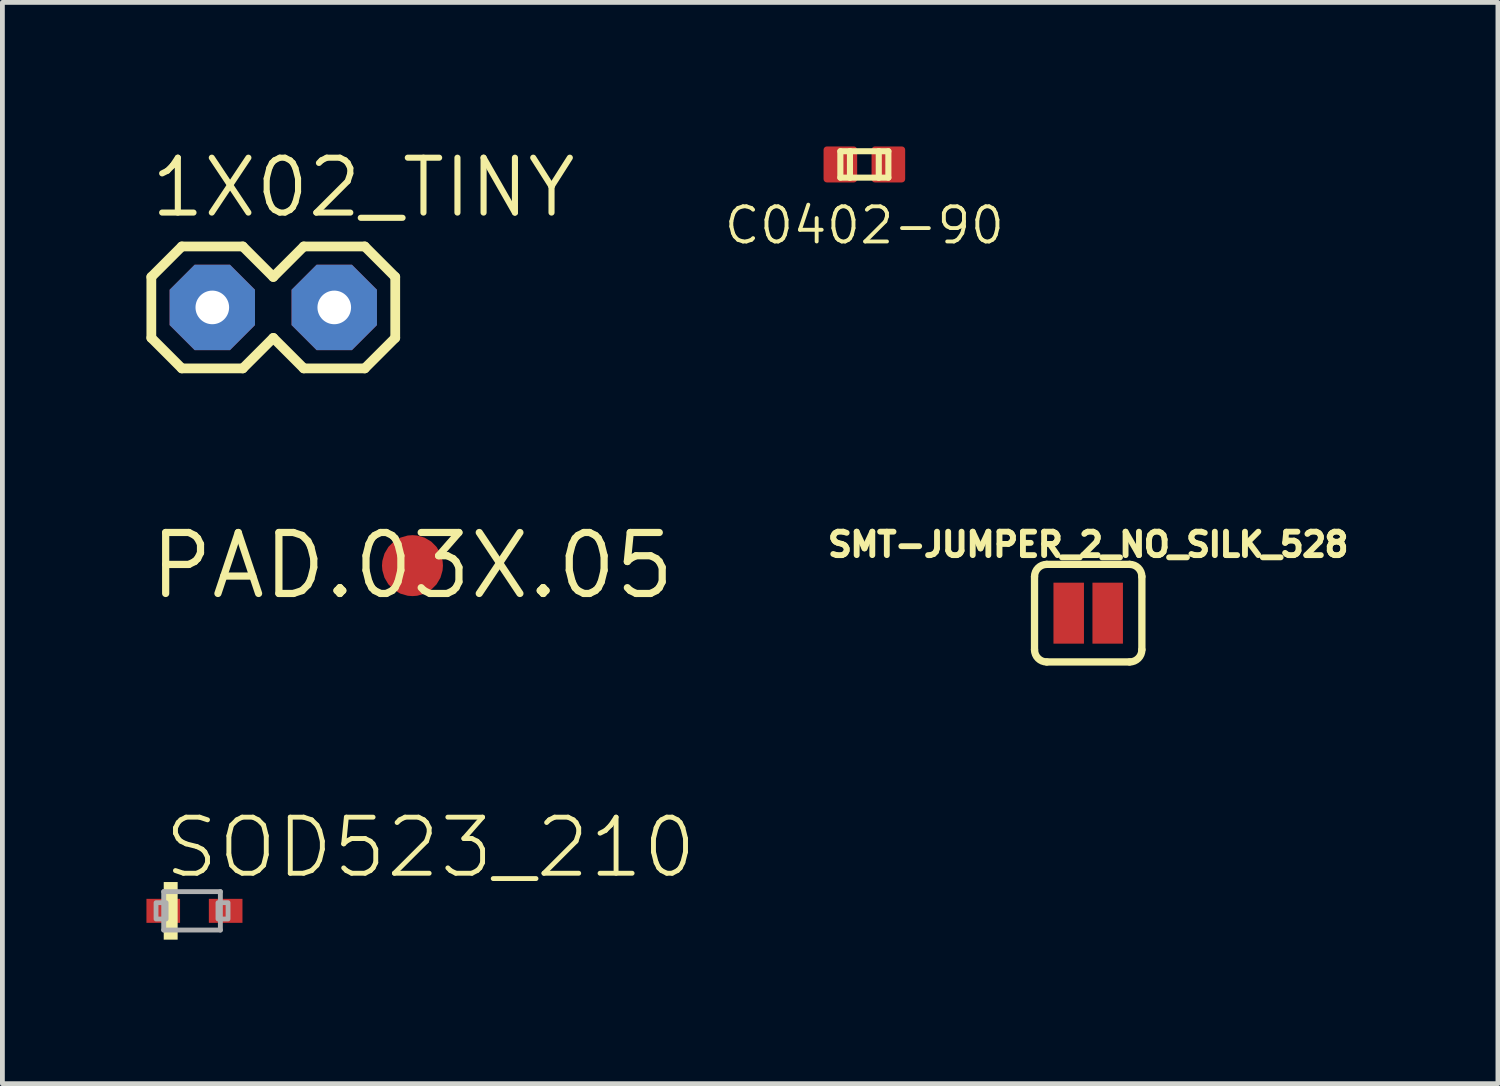
<source format=kicad_pcb>
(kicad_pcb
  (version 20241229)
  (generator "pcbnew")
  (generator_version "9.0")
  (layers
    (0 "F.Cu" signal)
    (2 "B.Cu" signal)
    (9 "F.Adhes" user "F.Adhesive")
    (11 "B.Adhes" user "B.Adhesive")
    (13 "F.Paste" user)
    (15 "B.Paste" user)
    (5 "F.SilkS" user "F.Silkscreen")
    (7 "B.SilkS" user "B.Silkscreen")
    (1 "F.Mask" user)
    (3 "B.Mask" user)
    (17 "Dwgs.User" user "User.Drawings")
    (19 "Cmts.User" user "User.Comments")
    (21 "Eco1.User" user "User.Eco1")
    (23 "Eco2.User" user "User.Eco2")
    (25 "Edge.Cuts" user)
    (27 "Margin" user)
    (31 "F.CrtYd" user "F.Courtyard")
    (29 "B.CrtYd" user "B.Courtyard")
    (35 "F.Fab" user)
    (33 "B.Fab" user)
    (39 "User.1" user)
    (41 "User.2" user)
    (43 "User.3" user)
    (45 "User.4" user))
  (footprint "SMT-JUMPER_2_NO_SILK_528"
    (layer "F.Cu")
    (at 19.615 9.721)
    (property "Reference" "SMT-JUMPER_2_NO_SILK_528" (at 0 -1.143 0) (unlocked yes) (layer "F.SilkS") (effects (font (size 0.488 0.488) (thickness 0.122)) (justify bottom)))
    (fp_line (start -1.118 0.762) (end -1.118 -0.762) (stroke (width 0.152) (type solid)) (layer "F.SilkS"))
    (fp_line (start -0.864 -1.016) (end 0.864 -1.016) (stroke (width 0.152) (type solid)) (layer "F.SilkS"))
    (fp_line (start 0.864 1.016) (end -0.864 1.016) (stroke (width 0.152) (type solid)) (layer "F.SilkS"))
    (fp_line (start 1.118 0.762) (end 1.118 -0.762) (stroke (width 0.152) (type solid)) (layer "F.SilkS"))
    (fp_arc (start -1.1176 -0.762) (mid -1.043205 -0.941605) (end -0.8636 -1.016) (stroke (width 0.1524) (type solid)) (layer "F.SilkS"))
    (fp_arc (start -0.8636 1.016) (mid -1.043205 0.941605) (end -1.1176 0.762) (stroke (width 0.1524) (type solid)) (layer "F.SilkS"))
    (fp_arc (start 0.8636 -1.016) (mid 1.043205 -0.941605) (end 1.1176 -0.762) (stroke (width 0.1524) (type solid)) (layer "F.SilkS"))
    (fp_arc (start 1.1176 0.762) (mid 1.043205 0.941605) (end 0.8636 1.016) (stroke (width 0.1524) (type solid)) (layer "F.SilkS"))
    (pad "1" smd rect (at -0.406 0) (size 0.635 1.27) (layers "F.Cu" "F.Mask"))
    (pad "2" smd rect (at 0.406 0) (size 0.635 1.27) (layers "F.Cu" "F.Mask")))
  (footprint "PAD.03X.05"
    (layer "F.Cu")
    (at 5.541 8.731)
    (property "Reference" "PAD.03X.05" (at 0 0 0) (layer "F.SilkS") (effects (font (size 1.27 1.27) (thickness 0.15))))
    (pad "P$1" smd roundrect (at 0 0) (size 1.27 1.27) (layers "F.Cu" "F.Mask") (roundrect_rratio 0.5)))
  (footprint "SOD523_210"
    (layer "F.Cu")
    (at 0.95 15.921)
    (property "Reference" "SOD523_210" (at -0.635 -0.635 0) (unlocked yes) (layer "F.SilkS") (effects (font (size 1.168 1.168) (thickness 0.102)) (justify left bottom)))
    (fp_poly (pts (xy -0.59 0.6) (xy -0.3 0.6) (xy -0.3 -0.6) (xy -0.59 -0.6)) (stroke (width 0) (type default)) (fill yes) (layer "F.SilkS"))
    (fp_line (start -0.59 -0.4) (end 0.59 -0.4) (stroke (width 0.102) (type solid)) (layer "F.Fab"))
    (fp_line (start -0.59 0.4) (end -0.59 -0.4) (stroke (width 0.102) (type solid)) (layer "F.Fab"))
    (fp_line (start 0.59 -0.4) (end 0.59 0.4) (stroke (width 0.102) (type solid)) (layer "F.Fab"))
    (fp_line (start 0.59 0.4) (end -0.59 0.4) (stroke (width 0.102) (type solid)) (layer "F.Fab"))
    (fp_poly (pts (xy -0.75 0.17) (xy -0.54 0.17) (xy -0.54 -0.17) (xy -0.75 -0.17)) (stroke (width 0.1) (type default)) (fill no) (layer "F.Fab"))
    (fp_poly (pts (xy 0.54 0.17) (xy 0.75 0.17) (xy 0.75 -0.17) (xy 0.54 -0.17)) (stroke (width 0.1) (type default)) (fill no) (layer "F.Fab"))
    (pad "A" smd rect (at 0.7 0) (size 0.7 0.5) (layers "F.Cu" "F.Mask" "F.Paste"))
    (pad "C" smd rect (at -0.6 0) (size 0.7 0.5) (layers "F.Cu" "F.Mask" "F.Paste")))
  (footprint "C0402-90"
    (layer "F.Cu")
    (at 14.953 0.375)
    (property "Reference" "C0402-90" (at 0 1.27 0) (unlocked yes) (layer "F.SilkS") (effects (font (size 0.732 0.732) (thickness 0.081))))
    (fp_line (start -0.5 -0.275) (end -0.3 -0.275) (stroke (width 0.127) (type solid)) (layer "F.SilkS"))
    (fp_line (start -0.5 0.275) (end -0.5 -0.275) (stroke (width 0.127) (type solid)) (layer "F.SilkS"))
    (fp_line (start -0.5 0.275) (end -0.3 0.275) (stroke (width 0.127) (type solid)) (layer "F.SilkS"))
    (fp_line (start -0.3 -0.275) (end 0.3 -0.275) (stroke (width 0.127) (type solid)) (layer "F.SilkS"))
    (fp_line (start -0.3 0.275) (end -0.3 -0.275) (stroke (width 0.127) (type solid)) (layer "F.SilkS"))
    (fp_line (start -0.3 0.275) (end 0.3 0.275) (stroke (width 0.127) (type solid)) (layer "F.SilkS"))
    (fp_line (start 0.3 -0.275) (end 0.5 -0.275) (stroke (width 0.127) (type solid)) (layer "F.SilkS"))
    (fp_line (start 0.3 0.275) (end 0.3 -0.275) (stroke (width 0.127) (type solid)) (layer "F.SilkS"))
    (fp_line (start 0.3 0.275) (end 0.5 0.275) (stroke (width 0.127) (type solid)) (layer "F.SilkS"))
    (fp_line (start 0.5 0.275) (end 0.5 -0.275) (stroke (width 0.127) (type solid)) (layer "F.SilkS"))
    (pad "1" smd roundrect (at -0.5 0 90) (size 0.75 0.7) (layers "F.Cu" "F.Mask" "F.Paste") (roundrect_rratio 0.1))
    (pad "2" smd roundrect (at 0.5 0 90) (size 0.75 0.7) (layers "F.Cu" "F.Mask" "F.Paste") (roundrect_rratio 0.1)))
  (footprint "1X02_TINY"
    (layer "F.Cu")
    (at 1.372 3.353)
    (property "Reference" "1X02_TINY" (at -1.346 -1.829 0) (unlocked yes) (layer "F.SilkS") (effects (font (size 1.143 1.143) (thickness 0.127)) (justify left bottom)))
    (fp_line (start -1.27 -0.635) (end -1.27 0.635) (stroke (width 0.203) (type solid)) (layer "F.SilkS"))
    (fp_line (start -1.27 0.635) (end -0.635 1.27) (stroke (width 0.203) (type solid)) (layer "F.SilkS"))
    (fp_line (start -0.635 -1.27) (end -1.27 -0.635) (stroke (width 0.203) (type solid)) (layer "F.SilkS"))
    (fp_line (start -0.635 -1.27) (end 0.635 -1.27) (stroke (width 0.203) (type solid)) (layer "F.SilkS"))
    (fp_line (start 0.635 -1.27) (end 1.27 -0.635) (stroke (width 0.203) (type solid)) (layer "F.SilkS"))
    (fp_line (start 0.635 1.27) (end -0.635 1.27) (stroke (width 0.203) (type solid)) (layer "F.SilkS"))
    (fp_line (start 1.27 -0.635) (end 1.905 -1.27) (stroke (width 0.203) (type solid)) (layer "F.SilkS"))
    (fp_line (start 1.27 0.635) (end 0.635 1.27) (stroke (width 0.203) (type solid)) (layer "F.SilkS"))
    (fp_line (start 1.905 -1.27) (end 3.175 -1.27) (stroke (width 0.203) (type solid)) (layer "F.SilkS"))
    (fp_line (start 1.905 1.27) (end 1.27 0.635) (stroke (width 0.203) (type solid)) (layer "F.SilkS"))
    (fp_line (start 3.175 -1.27) (end 3.81 -0.635) (stroke (width 0.203) (type solid)) (layer "F.SilkS"))
    (fp_line (start 3.175 1.27) (end 1.905 1.27) (stroke (width 0.203) (type solid)) (layer "F.SilkS"))
    (fp_line (start 3.81 -0.635) (end 3.81 0.635) (stroke (width 0.203) (type solid)) (layer "F.SilkS"))
    (fp_line (start 3.81 0.635) (end 3.175 1.27) (stroke (width 0.203) (type solid)) (layer "F.SilkS"))
    (pad "1" thru_hole roundrect (at 0 0 90) (size 1.778 1.778) (drill 0.7) (layers "*.Cu" "*.Mask") (roundrect_rratio 0.25) (chamfer_ratio 0.293) (chamfer top_left top_right bottom_left bottom_right))
    (pad "2" thru_hole roundrect (at 2.54 0 90) (size 1.778 1.778) (drill 0.7) (layers "*.Cu" "*.Mask") (roundrect_rratio 0.25) (chamfer_ratio 0.293) (chamfer top_left top_right bottom_left bottom_right)))
  (gr_rect
    (start -3 -3)
    (end 28.149 19.521)
    (stroke (width 0.1) (type default))
    (fill no)
    (layer "Edge.Cuts")))
</source>
